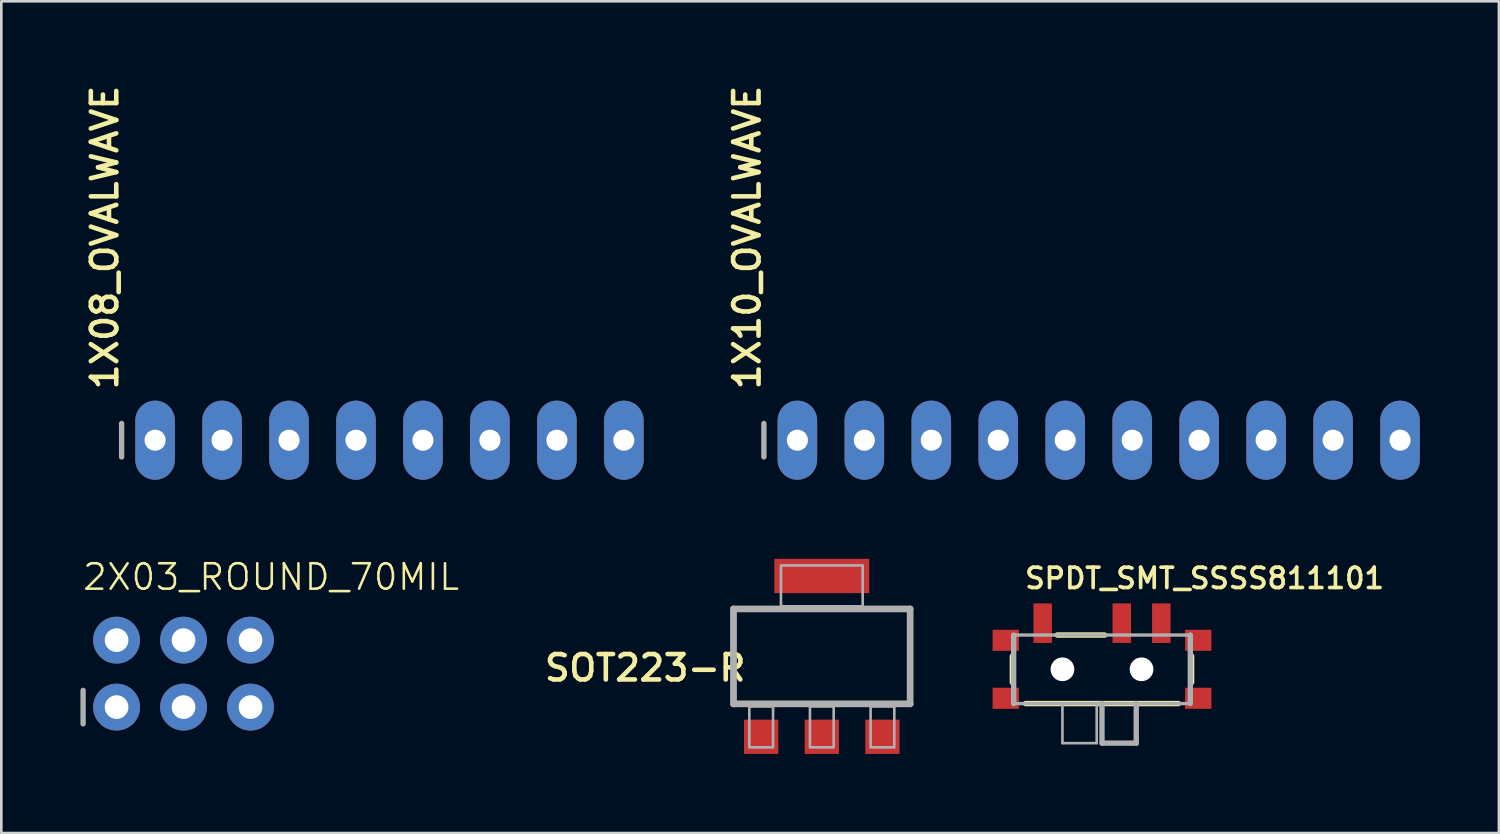
<source format=kicad_pcb>
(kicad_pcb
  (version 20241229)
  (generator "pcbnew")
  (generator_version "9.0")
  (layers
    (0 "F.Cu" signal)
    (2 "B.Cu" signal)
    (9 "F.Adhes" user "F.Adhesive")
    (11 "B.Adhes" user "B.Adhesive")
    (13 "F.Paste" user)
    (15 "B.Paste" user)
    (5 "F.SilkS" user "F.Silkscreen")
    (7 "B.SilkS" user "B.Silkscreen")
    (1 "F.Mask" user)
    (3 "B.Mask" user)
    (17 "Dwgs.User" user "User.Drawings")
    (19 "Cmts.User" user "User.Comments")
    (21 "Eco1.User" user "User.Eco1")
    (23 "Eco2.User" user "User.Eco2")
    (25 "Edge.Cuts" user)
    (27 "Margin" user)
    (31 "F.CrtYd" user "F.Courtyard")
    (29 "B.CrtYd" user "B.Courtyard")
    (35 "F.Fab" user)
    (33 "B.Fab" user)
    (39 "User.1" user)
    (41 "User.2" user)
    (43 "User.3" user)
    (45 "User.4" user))
  (footprint "SPDT_SMT_SSSS811101"
    (layer "F.Cu")
    (at 38.749 22.337)
    (property "Reference" "SPDT_SMT_SSSS811101" (at -3 -3 0) (layer "F.SilkS") (effects (font (size 0.772 0.772) (thickness 0.139)) (justify left bottom)))
    (attr through_hole)
    (fp_line (start -3.4 -0.5) (end -3.4 0.5) (stroke (width 0.203) (type solid)) (layer "F.SilkS"))
    (fp_line (start -2.9 1.3) (end 2.9 1.3) (stroke (width 0.203) (type solid)) (layer "F.SilkS"))
    (fp_line (start -1.7 -1.3) (end 0.1 -1.3) (stroke (width 0.203) (type solid)) (layer "F.SilkS"))
    (fp_line (start 3.4 -0.5) (end 3.4 0.5) (stroke (width 0.203) (type solid)) (layer "F.SilkS"))
    (fp_line (start -3.35 -1.3) (end -3.35 1.3) (stroke (width 0.203) (type solid)) (layer "F.Fab"))
    (fp_line (start -3.35 -1.3) (end 3.35 -1.3) (stroke (width 0.127) (type solid)) (layer "F.Fab"))
    (fp_line (start -3.35 1.3) (end 3.35 1.3) (stroke (width 0.127) (type solid)) (layer "F.Fab"))
    (fp_line (start -1.5 1.3) (end -1.5 2.8) (stroke (width 0.1) (type solid)) (layer "F.Fab"))
    (fp_line (start -1.5 2.8) (end -0.2 2.8) (stroke (width 0.1) (type solid)) (layer "F.Fab"))
    (fp_line (start -0.2 2.8) (end -0.2 1.3) (stroke (width 0.1) (type solid)) (layer "F.Fab"))
    (fp_line (start 0 1.3) (end 0 2.8) (stroke (width 0.203) (type solid)) (layer "F.Fab"))
    (fp_line (start 0 2.8) (end 1.3 2.8) (stroke (width 0.203) (type solid)) (layer "F.Fab"))
    (fp_line (start 1.3 2.8) (end 1.3 1.3) (stroke (width 0.203) (type solid)) (layer "F.Fab"))
    (fp_line (start 3.35 -1.3) (end 3.35 1.3) (stroke (width 0.203) (type solid)) (layer "F.Fab"))
    (pad "" np_thru_hole circle (at -1.5 0) (size 0.9 0.9) (drill 0.9) (layers "*.Cu" "*.Mask"))
    (pad "" np_thru_hole circle (at 1.5 0) (size 0.9 0.9) (drill 0.9) (layers "*.Cu" "*.Mask"))
    (pad "A" smd rect (at -2.25 -1.75) (size 0.7 1.5) (layers "F.Cu" "F.Mask" "F.Paste"))
    (pad "B" smd rect (at 0.75 -1.75) (size 0.7 1.5) (layers "F.Cu" "F.Mask" "F.Paste"))
    (pad "C" smd rect (at 2.25 -1.75) (size 0.7 1.5) (layers "F.Cu" "F.Mask" "F.Paste"))
    (pad "SUP1" smd rect (at -3.65 -1.1) (size 1 0.8) (layers "F.Cu" "F.Mask" "F.Paste"))
    (pad "SUP2" smd rect (at -3.65 1.1) (size 1 0.8) (layers "F.Cu" "F.Mask" "F.Paste"))
    (pad "SUP3" smd rect (at 3.65 -1.1) (size 1 0.8) (layers "F.Cu" "F.Mask" "F.Paste"))
    (pad "SUP4" smd rect (at 3.65 1.1) (size 1 0.8) (layers "F.Cu" "F.Mask" "F.Paste")))
  (footprint "SOT223-R"
    (layer "F.Cu")
    (at 28.122 21.847)
    (property "Reference" "SOT223-R" (at -2.794 -0.127 180) (layer "F.SilkS") (effects (font (size 0.965 0.965) (thickness 0.174)) (justify right top)))
    (attr through_hole)
    (fp_line (start -3.35 -1.8) (end 3.35 -1.8) (stroke (width 0.203) (type solid)) (layer "F.SilkS"))
    (fp_line (start -3.35 1.8) (end -3.35 -1.8) (stroke (width 0.203) (type solid)) (layer "F.SilkS"))
    (fp_line (start -3.278 1.8) (end 0.724 1.8) (stroke (width 0.203) (type solid)) (layer "F.SilkS"))
    (fp_line (start 0.8 1.8) (end 3.278 1.8) (stroke (width 0.203) (type solid)) (layer "F.SilkS"))
    (fp_line (start 3.35 1.8) (end 3.35 -1.8) (stroke (width 0.203) (type solid)) (layer "F.SilkS"))
    (fp_line (start -3.35 -1.8) (end -3.35 1.8) (stroke (width 0.254) (type solid)) (layer "F.Fab"))
    (fp_line (start -3.35 1.8) (end 3.35 1.8) (stroke (width 0.254) (type solid)) (layer "F.Fab"))
    (fp_line (start 3.35 -1.8) (end -3.35 -1.8) (stroke (width 0.254) (type solid)) (layer "F.Fab"))
    (fp_line (start 3.35 1.8) (end 3.35 -1.8) (stroke (width 0.254) (type solid)) (layer "F.Fab"))
    (fp_poly (pts (xy -2.75 3.45) (xy -1.85 3.45) (xy -1.85 1.9) (xy -2.75 1.9)) (stroke (width 0.1) (type solid)) (fill no) (layer "F.Fab"))
    (fp_poly (pts (xy -1.55 -1.9) (xy 1.55 -1.9) (xy 1.55 -3.45) (xy -1.55 -3.45)) (stroke (width 0.1) (type solid)) (fill no) (layer "F.Fab"))
    (fp_poly (pts (xy -0.45 3.45) (xy 0.45 3.45) (xy 0.45 1.9) (xy -0.45 1.9)) (stroke (width 0.1) (type solid)) (fill no) (layer "F.Fab"))
    (fp_poly (pts (xy 1.85 3.45) (xy 2.75 3.45) (xy 2.75 1.9) (xy 1.85 1.9)) (stroke (width 0.1) (type solid)) (fill no) (layer "F.Fab"))
    (pad "1" smd rect (at -2.3 3.05) (size 1.3 1.3) (layers "F.Cu" "F.Mask" "F.Paste"))
    (pad "2" smd rect (at 0 3.05) (size 1.3 1.3) (layers "F.Cu" "F.Mask" "F.Paste"))
    (pad "3" smd rect (at 2.3 3.05) (size 1.3 1.3) (layers "F.Cu" "F.Mask" "F.Paste"))
    (pad "4" smd rect (at 0 -3.05) (size 3.6 1.3) (layers "F.Cu" "F.Mask" "F.Paste")))
  (footprint "1X10_OVALWAVE"
    (layer "F.Cu")
    (at 38.625 13.647)
    (property "Reference" "1X10_OVALWAVE" (at -12.776 -1.829 90) (layer "F.SilkS") (effects (font (size 0.965 0.965) (thickness 0.174)) (justify left bottom)))
    (attr through_hole)
    (fp_line (start -12.7 -0.635) (end -12.7 0.635) (stroke (width 0.203) (type solid)) (layer "F.Fab"))
    (fp_poly (pts (xy -11.684 0.254) (xy -11.176 0.254) (xy -11.176 -0.254) (xy -11.684 -0.254)) (stroke (width 0.1) (type solid)) (fill no) (layer "F.Fab"))
    (fp_poly (pts (xy -9.144 0.254) (xy -8.636 0.254) (xy -8.636 -0.254) (xy -9.144 -0.254)) (stroke (width 0.1) (type solid)) (fill no) (layer "F.Fab"))
    (fp_poly (pts (xy -6.604 0.254) (xy -6.096 0.254) (xy -6.096 -0.254) (xy -6.604 -0.254)) (stroke (width 0.1) (type solid)) (fill no) (layer "F.Fab"))
    (fp_poly (pts (xy -4.064 0.254) (xy -3.556 0.254) (xy -3.556 -0.254) (xy -4.064 -0.254)) (stroke (width 0.1) (type solid)) (fill no) (layer "F.Fab"))
    (fp_poly (pts (xy -1.524 0.254) (xy -1.016 0.254) (xy -1.016 -0.254) (xy -1.524 -0.254)) (stroke (width 0.1) (type solid)) (fill no) (layer "F.Fab"))
    (fp_poly (pts (xy 1.016 0.254) (xy 1.524 0.254) (xy 1.524 -0.254) (xy 1.016 -0.254)) (stroke (width 0.1) (type solid)) (fill no) (layer "F.Fab"))
    (fp_poly (pts (xy 3.556 0.254) (xy 4.064 0.254) (xy 4.064 -0.254) (xy 3.556 -0.254)) (stroke (width 0.1) (type solid)) (fill no) (layer "F.Fab"))
    (fp_poly (pts (xy 6.096 0.254) (xy 6.604 0.254) (xy 6.604 -0.254) (xy 6.096 -0.254)) (stroke (width 0.1) (type solid)) (fill no) (layer "F.Fab"))
    (fp_poly (pts (xy 8.636 0.254) (xy 9.144 0.254) (xy 9.144 -0.254) (xy 8.636 -0.254)) (stroke (width 0.1) (type solid)) (fill no) (layer "F.Fab"))
    (fp_poly (pts (xy 11.176 0.254) (xy 11.684 0.254) (xy 11.684 -0.254) (xy 11.176 -0.254)) (stroke (width 0.1) (type solid)) (fill no) (layer "F.Fab"))
    (pad "1" thru_hole oval (at -11.43 0 90) (size 3 1.5) (drill 0.8) (layers "*.Cu" "*.Mask"))
    (pad "2" thru_hole oval (at -8.89 0 90) (size 3 1.5) (drill 0.8) (layers "*.Cu" "*.Mask"))
    (pad "3" thru_hole oval (at -6.35 0 90) (size 3 1.5) (drill 0.8) (layers "*.Cu" "*.Mask"))
    (pad "4" thru_hole oval (at -3.81 0 90) (size 3 1.5) (drill 0.8) (layers "*.Cu" "*.Mask"))
    (pad "5" thru_hole oval (at -1.27 0 90) (size 3 1.5) (drill 0.8) (layers "*.Cu" "*.Mask"))
    (pad "6" thru_hole oval (at 1.27 0 90) (size 3 1.5) (drill 0.8) (layers "*.Cu" "*.Mask"))
    (pad "7" thru_hole oval (at 3.81 0 90) (size 3 1.5) (drill 0.8) (layers "*.Cu" "*.Mask"))
    (pad "8" thru_hole oval (at 6.35 0 90) (size 3 1.5) (drill 0.8) (layers "*.Cu" "*.Mask"))
    (pad "9" thru_hole oval (at 8.89 0 90) (size 3 1.5) (drill 0.8) (layers "*.Cu" "*.Mask"))
    (pad "10" thru_hole oval (at 11.43 0 90) (size 3 1.5) (drill 0.8) (layers "*.Cu" "*.Mask")))
  (footprint "1X08_OVALWAVE"
    (layer "F.Cu")
    (at 11.723 13.647)
    (property "Reference" "1X08_OVALWAVE" (at -10.236 -1.829 90) (layer "F.SilkS") (effects (font (size 0.965 0.965) (thickness 0.174)) (justify left bottom)))
    (attr through_hole)
    (fp_line (start -10.16 -0.635) (end -10.16 0.635) (stroke (width 0.203) (type solid)) (layer "F.Fab"))
    (fp_poly (pts (xy -9.144 0.254) (xy -8.636 0.254) (xy -8.636 -0.254) (xy -9.144 -0.254)) (stroke (width 0.1) (type solid)) (fill no) (layer "F.Fab"))
    (fp_poly (pts (xy -6.604 0.254) (xy -6.096 0.254) (xy -6.096 -0.254) (xy -6.604 -0.254)) (stroke (width 0.1) (type solid)) (fill no) (layer "F.Fab"))
    (fp_poly (pts (xy -4.064 0.254) (xy -3.556 0.254) (xy -3.556 -0.254) (xy -4.064 -0.254)) (stroke (width 0.1) (type solid)) (fill no) (layer "F.Fab"))
    (fp_poly (pts (xy -1.524 0.254) (xy -1.016 0.254) (xy -1.016 -0.254) (xy -1.524 -0.254)) (stroke (width 0.1) (type solid)) (fill no) (layer "F.Fab"))
    (fp_poly (pts (xy 1.016 0.254) (xy 1.524 0.254) (xy 1.524 -0.254) (xy 1.016 -0.254)) (stroke (width 0.1) (type solid)) (fill no) (layer "F.Fab"))
    (fp_poly (pts (xy 3.556 0.254) (xy 4.064 0.254) (xy 4.064 -0.254) (xy 3.556 -0.254)) (stroke (width 0.1) (type solid)) (fill no) (layer "F.Fab"))
    (fp_poly (pts (xy 6.096 0.254) (xy 6.604 0.254) (xy 6.604 -0.254) (xy 6.096 -0.254)) (stroke (width 0.1) (type solid)) (fill no) (layer "F.Fab"))
    (fp_poly (pts (xy 8.636 0.254) (xy 9.144 0.254) (xy 9.144 -0.254) (xy 8.636 -0.254)) (stroke (width 0.1) (type solid)) (fill no) (layer "F.Fab"))
    (pad "1" thru_hole oval (at -8.89 0 90) (size 3 1.5) (drill 0.8) (layers "*.Cu" "*.Mask"))
    (pad "2" thru_hole oval (at -6.35 0 90) (size 3 1.5) (drill 0.8) (layers "*.Cu" "*.Mask"))
    (pad "3" thru_hole oval (at -3.81 0 90) (size 3 1.5) (drill 0.8) (layers "*.Cu" "*.Mask"))
    (pad "4" thru_hole oval (at -1.27 0 90) (size 3 1.5) (drill 0.8) (layers "*.Cu" "*.Mask"))
    (pad "5" thru_hole oval (at 1.27 0 90) (size 3 1.5) (drill 0.8) (layers "*.Cu" "*.Mask"))
    (pad "6" thru_hole oval (at 3.81 0 90) (size 3 1.5) (drill 0.8) (layers "*.Cu" "*.Mask"))
    (pad "7" thru_hole oval (at 6.35 0 90) (size 3 1.5) (drill 0.8) (layers "*.Cu" "*.Mask"))
    (pad "8" thru_hole oval (at 8.89 0 90) (size 3 1.5) (drill 0.8) (layers "*.Cu" "*.Mask")))
  (footprint "2X03_ROUND_70MIL"
    (layer "F.Cu")
    (at 3.912 22.501)
    (property "Reference" "2X03_ROUND_70MIL" (at -3.886 -3.099 180) (layer "F.SilkS") (effects (font (size 0.965 0.965) (thickness 0.097)) (justify left bottom)))
    (attr through_hole)
    (fp_line (start -3.81 0.635) (end -3.81 1.905) (stroke (width 0.203) (type solid)) (layer "F.Fab"))
    (fp_poly (pts (xy -2.794 -1.016) (xy -2.286 -1.016) (xy -2.286 -1.524) (xy -2.794 -1.524)) (stroke (width 0.1) (type solid)) (fill no) (layer "F.Fab"))
    (fp_poly (pts (xy -2.794 1.524) (xy -2.286 1.524) (xy -2.286 1.016) (xy -2.794 1.016)) (stroke (width 0.1) (type solid)) (fill no) (layer "F.Fab"))
    (fp_poly (pts (xy -0.254 -1.016) (xy 0.254 -1.016) (xy 0.254 -1.524) (xy -0.254 -1.524)) (stroke (width 0.1) (type solid)) (fill no) (layer "F.Fab"))
    (fp_poly (pts (xy -0.254 1.524) (xy 0.254 1.524) (xy 0.254 1.016) (xy -0.254 1.016)) (stroke (width 0.1) (type solid)) (fill no) (layer "F.Fab"))
    (fp_poly (pts (xy 2.286 -1.016) (xy 2.794 -1.016) (xy 2.794 -1.524) (xy 2.286 -1.524)) (stroke (width 0.1) (type solid)) (fill no) (layer "F.Fab"))
    (fp_poly (pts (xy 2.286 1.524) (xy 2.794 1.524) (xy 2.794 1.016) (xy 2.286 1.016)) (stroke (width 0.1) (type solid)) (fill no) (layer "F.Fab"))
    (pad "1" thru_hole circle (at -2.54 1.27 90) (size 1.778 1.778) (drill 0.9) (layers "*.Cu" "*.Mask"))
    (pad "2" thru_hole circle (at -2.54 -1.27 90) (size 1.778 1.778) (drill 0.9) (layers "*.Cu" "*.Mask"))
    (pad "3" thru_hole circle (at 0 1.27 90) (size 1.778 1.778) (drill 0.9) (layers "*.Cu" "*.Mask"))
    (pad "4" thru_hole circle (at 0 -1.27 90) (size 1.778 1.778) (drill 0.9) (layers "*.Cu" "*.Mask"))
    (pad "5" thru_hole circle (at 2.54 1.27 90) (size 1.778 1.778) (drill 0.9) (layers "*.Cu" "*.Mask"))
    (pad "6" thru_hole circle (at 2.54 -1.27 90) (size 1.778 1.778) (drill 0.9) (layers "*.Cu" "*.Mask")))
  (gr_rect
    (start -3 -3)
    (end 53.805 28.547)
    (stroke (width 0.1) (type default))
    (fill no)
    (layer "Edge.Cuts")))
</source>
